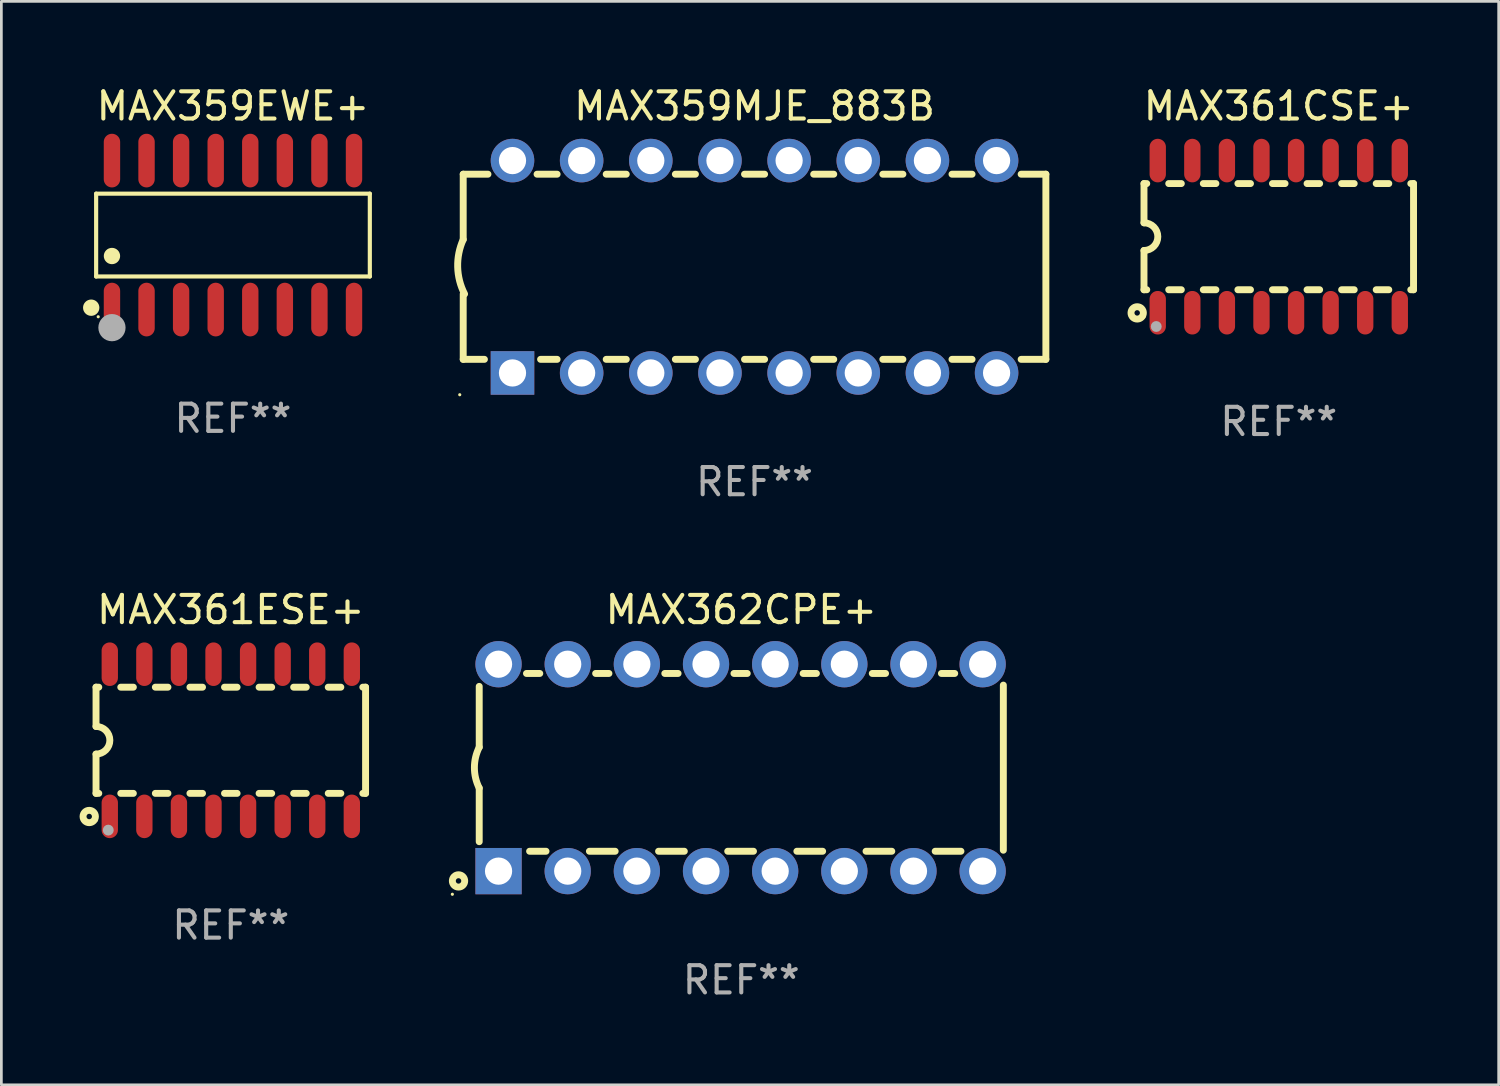
<source format=kicad_pcb>
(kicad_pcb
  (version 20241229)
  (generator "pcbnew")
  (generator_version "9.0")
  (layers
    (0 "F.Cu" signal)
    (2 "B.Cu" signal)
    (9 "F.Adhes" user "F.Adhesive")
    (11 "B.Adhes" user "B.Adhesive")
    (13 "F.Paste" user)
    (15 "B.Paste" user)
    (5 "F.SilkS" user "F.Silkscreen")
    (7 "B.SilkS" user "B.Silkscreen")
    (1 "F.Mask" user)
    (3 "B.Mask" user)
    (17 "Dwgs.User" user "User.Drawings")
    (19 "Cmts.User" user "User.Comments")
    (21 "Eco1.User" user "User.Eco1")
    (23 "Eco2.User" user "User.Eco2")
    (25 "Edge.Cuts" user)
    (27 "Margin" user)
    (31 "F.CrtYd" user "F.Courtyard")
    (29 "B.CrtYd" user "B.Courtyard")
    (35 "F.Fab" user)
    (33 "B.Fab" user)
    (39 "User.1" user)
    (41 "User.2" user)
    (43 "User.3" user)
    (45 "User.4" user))
  (footprint "MAX361ESE+"
    (layer "F.Cu")
    (at 5.427 24.139)
    (property "Reference" "MAX361ESE+" (at 0 -4.794 0) (layer "F.SilkS") (effects (font (size 1 1) (thickness 0.15))))
    (attr through_hole)
    (fp_line (start -4.95 -1.95) (end -4.95 -0.508) (stroke (width 0.254) (type solid)) (layer "F.SilkS"))
    (fp_line (start -4.95 -1.95) (end -4.849 -1.95) (stroke (width 0.254) (type solid)) (layer "F.SilkS"))
    (fp_line (start -4.95 1.95) (end -4.95 0.508) (stroke (width 0.254) (type solid)) (layer "F.SilkS"))
    (fp_line (start -4.95 1.95) (end -4.849 1.95) (stroke (width 0.254) (type solid)) (layer "F.SilkS"))
    (fp_line (start -4.041 -1.95) (end -3.579 -1.95) (stroke (width 0.254) (type solid)) (layer "F.SilkS"))
    (fp_line (start -4.041 1.95) (end -3.579 1.95) (stroke (width 0.254) (type solid)) (layer "F.SilkS"))
    (fp_line (start -2.771 -1.95) (end -2.309 -1.95) (stroke (width 0.254) (type solid)) (layer "F.SilkS"))
    (fp_line (start -2.771 1.95) (end -2.309 1.95) (stroke (width 0.254) (type solid)) (layer "F.SilkS"))
    (fp_line (start -1.501 -1.95) (end -1.039 -1.95) (stroke (width 0.254) (type solid)) (layer "F.SilkS"))
    (fp_line (start -1.501 1.95) (end -1.039 1.95) (stroke (width 0.254) (type solid)) (layer "F.SilkS"))
    (fp_line (start -0.231 -1.95) (end 0.231 -1.95) (stroke (width 0.254) (type solid)) (layer "F.SilkS"))
    (fp_line (start -0.231 1.95) (end 0.231 1.95) (stroke (width 0.254) (type solid)) (layer "F.SilkS"))
    (fp_line (start 1.039 -1.95) (end 1.501 -1.95) (stroke (width 0.254) (type solid)) (layer "F.SilkS"))
    (fp_line (start 1.039 1.95) (end 1.501 1.95) (stroke (width 0.254) (type solid)) (layer "F.SilkS"))
    (fp_line (start 2.309 -1.95) (end 2.771 -1.95) (stroke (width 0.254) (type solid)) (layer "F.SilkS"))
    (fp_line (start 2.309 1.95) (end 2.771 1.95) (stroke (width 0.254) (type solid)) (layer "F.SilkS"))
    (fp_line (start 3.579 -1.95) (end 4.041 -1.95) (stroke (width 0.254) (type solid)) (layer "F.SilkS"))
    (fp_line (start 3.579 1.95) (end 4.041 1.95) (stroke (width 0.254) (type solid)) (layer "F.SilkS"))
    (fp_line (start 4.849 -1.95) (end 4.95 -1.95) (stroke (width 0.254) (type solid)) (layer "F.SilkS"))
    (fp_line (start 4.849 1.95) (end 4.95 1.95) (stroke (width 0.254) (type solid)) (layer "F.SilkS"))
    (fp_line (start 4.95 -1.95) (end 4.95 1.95) (stroke (width 0.254) (type solid)) (layer "F.SilkS"))
    (fp_arc (start -4.95047 -0.508001) (mid -4.442469 -0.000228) (end -4.950013 0.508001) (stroke (width 0.254001) (type solid)) (layer "F.SilkS"))
    (fp_circle (center -5.2 2.8) (end -5.1 2.8) (stroke (width 0.254) (type solid)) (fill no) (layer "F.SilkS"))
    (fp_circle (center -4.95 2.947) (end -4.92 2.947) (stroke (width 0.06) (type solid)) (fill no) (layer "F.SilkS"))
    (fp_circle (center -4.5 3.3) (end -4.4 3.3) (stroke (width 0.2) (type solid)) (fill no) (layer "F.Fab"))
    (fp_text user "REF**" (at 0 6.794 0) (layer "F.Fab") (effects (font (size 1 1) (thickness 0.15))))
    (pad "1" smd oval (at -4.445 2.794) (size 0.6 1.6) (layers "F.Cu" "F.Mask" "F.Paste"))
    (pad "2" smd oval (at -3.175 2.794) (size 0.6 1.6) (layers "F.Cu" "F.Mask" "F.Paste"))
    (pad "3" smd oval (at -1.905 2.794) (size 0.6 1.6) (layers "F.Cu" "F.Mask" "F.Paste"))
    (pad "4" smd oval (at -0.635 2.794) (size 0.6 1.6) (layers "F.Cu" "F.Mask" "F.Paste"))
    (pad "5" smd oval (at 0.635 2.794) (size 0.6 1.6) (layers "F.Cu" "F.Mask" "F.Paste"))
    (pad "6" smd oval (at 1.905 2.794) (size 0.6 1.6) (layers "F.Cu" "F.Mask" "F.Paste"))
    (pad "7" smd oval (at 3.175 2.794) (size 0.6 1.6) (layers "F.Cu" "F.Mask" "F.Paste"))
    (pad "8" smd oval (at 4.445 2.794) (size 0.6 1.6) (layers "F.Cu" "F.Mask" "F.Paste"))
    (pad "9" smd oval (at 4.445 -2.794) (size 0.6 1.6) (layers "F.Cu" "F.Mask" "F.Paste"))
    (pad "10" smd oval (at 3.175 -2.794) (size 0.6 1.6) (layers "F.Cu" "F.Mask" "F.Paste"))
    (pad "11" smd oval (at 1.905 -2.794) (size 0.6 1.6) (layers "F.Cu" "F.Mask" "F.Paste"))
    (pad "12" smd oval (at 0.635 -2.794) (size 0.6 1.6) (layers "F.Cu" "F.Mask" "F.Paste"))
    (pad "13" smd oval (at -0.635 -2.794) (size 0.6 1.6) (layers "F.Cu" "F.Mask" "F.Paste"))
    (pad "14" smd oval (at -1.905 -2.794) (size 0.6 1.6) (layers "F.Cu" "F.Mask" "F.Paste"))
    (pad "15" smd oval (at -3.175 -2.794) (size 0.6 1.6) (layers "F.Cu" "F.Mask" "F.Paste"))
    (pad "16" smd oval (at -4.445 -2.794) (size 0.6 1.6) (layers "F.Cu" "F.Mask" "F.Paste")))
  (footprint "MAX362CPE+"
    (layer "F.Cu")
    (at 24.176 25.145)
    (property "Reference" "MAX362CPE+" (at 0 -5.8 0) (layer "F.SilkS") (effects (font (size 1 1) (thickness 0.15))))
    (attr through_hole)
    (fp_line (start -9.625 -0.75) (end -9.625 -2.985) (stroke (width 0.254) (type solid)) (layer "F.SilkS"))
    (fp_line (start -9.625 0.749) (end -9.625 2.719) (stroke (width 0.254) (type solid)) (layer "F.SilkS"))
    (fp_line (start -7.889 -3.46) (end -7.401 -3.46) (stroke (width 0.254) (type solid)) (layer "F.SilkS"))
    (fp_line (start -7.775 3.07) (end -7.172 3.07) (stroke (width 0.254) (type solid)) (layer "F.SilkS"))
    (fp_line (start -5.578 3.07) (end -4.632 3.07) (stroke (width 0.254) (type solid)) (layer "F.SilkS"))
    (fp_line (start -5.349 -3.46) (end -4.861 -3.46) (stroke (width 0.254) (type solid)) (layer "F.SilkS"))
    (fp_line (start -3.038 3.07) (end -2.092 3.07) (stroke (width 0.254) (type solid)) (layer "F.SilkS"))
    (fp_line (start -2.809 -3.46) (end -2.321 -3.46) (stroke (width 0.254) (type solid)) (layer "F.SilkS"))
    (fp_line (start -0.498 3.07) (end 0.448 3.07) (stroke (width 0.254) (type solid)) (layer "F.SilkS"))
    (fp_line (start -0.269 -3.46) (end 0.219 -3.46) (stroke (width 0.254) (type solid)) (layer "F.SilkS"))
    (fp_line (start 2.042 3.07) (end 2.988 3.07) (stroke (width 0.254) (type solid)) (layer "F.SilkS"))
    (fp_line (start 2.271 -3.46) (end 2.759 -3.46) (stroke (width 0.254) (type solid)) (layer "F.SilkS"))
    (fp_line (start 4.582 3.07) (end 5.528 3.07) (stroke (width 0.254) (type solid)) (layer "F.SilkS"))
    (fp_line (start 4.811 -3.46) (end 5.299 -3.46) (stroke (width 0.254) (type solid)) (layer "F.SilkS"))
    (fp_line (start 7.122 3.07) (end 8.068 3.07) (stroke (width 0.254) (type solid)) (layer "F.SilkS"))
    (fp_line (start 7.351 -3.46) (end 7.839 -3.46) (stroke (width 0.254) (type solid)) (layer "F.SilkS"))
    (fp_line (start 9.625 3.032) (end 9.625 -3.032) (stroke (width 0.254) (type solid)) (layer "F.SilkS"))
    (fp_arc (start -9.62498 0.748819) (mid -9.801899 -0.000581) (end -9.625006 -0.749987) (stroke (width 0.254001) (type solid)) (layer "F.SilkS"))
    (fp_circle (center -10.612 4.65) (end -10.582 4.65) (stroke (width 0.06) (type solid)) (fill no) (layer "F.SilkS"))
    (fp_circle (center -10.385 4.16) (end -10.285 4.16) (stroke (width 0.254) (type solid)) (fill no) (layer "F.SilkS"))
    (fp_text user "REF**" (at 0 7.8 0) (layer "F.Fab") (effects (font (size 1 1) (thickness 0.15))))
    (pad "1" thru_hole rect (at -8.915 3.8 90) (size 1.7 1.7) (drill 1) (layers "*.Cu" "*.Mask"))
    (pad "2" thru_hole circle (at -6.375 3.8) (size 1.7 1.7) (drill 1) (layers "*.Cu" "*.Mask"))
    (pad "3" thru_hole circle (at -3.835 3.8) (size 1.7 1.7) (drill 1) (layers "*.Cu" "*.Mask"))
    (pad "4" thru_hole circle (at -1.295 3.8) (size 1.7 1.7) (drill 1) (layers "*.Cu" "*.Mask"))
    (pad "5" thru_hole circle (at 1.245 3.8) (size 1.7 1.7) (drill 1) (layers "*.Cu" "*.Mask"))
    (pad "6" thru_hole circle (at 3.785 3.8) (size 1.7 1.7) (drill 1) (layers "*.Cu" "*.Mask"))
    (pad "7" thru_hole circle (at 6.325 3.8) (size 1.7 1.7) (drill 1) (layers "*.Cu" "*.Mask"))
    (pad "8" thru_hole circle (at 8.865 3.8) (size 1.7 1.7) (drill 1) (layers "*.Cu" "*.Mask"))
    (pad "9" thru_hole circle (at 8.865 -3.8) (size 1.7 1.7) (drill 1) (layers "*.Cu" "*.Mask"))
    (pad "10" thru_hole circle (at 6.325 -3.8) (size 1.7 1.7) (drill 1) (layers "*.Cu" "*.Mask"))
    (pad "11" thru_hole circle (at 3.785 -3.8) (size 1.7 1.7) (drill 1) (layers "*.Cu" "*.Mask"))
    (pad "12" thru_hole circle (at 1.245 -3.8) (size 1.7 1.7) (drill 1) (layers "*.Cu" "*.Mask"))
    (pad "13" thru_hole circle (at -1.295 -3.8) (size 1.7 1.7) (drill 1) (layers "*.Cu" "*.Mask"))
    (pad "14" thru_hole circle (at -3.835 -3.8) (size 1.7 1.7) (drill 1) (layers "*.Cu" "*.Mask"))
    (pad "15" thru_hole circle (at -6.375 -3.8) (size 1.7 1.7) (drill 1) (layers "*.Cu" "*.Mask"))
    (pad "16" thru_hole circle (at -8.915 -3.8) (size 1.7 1.7) (drill 1) (layers "*.Cu" "*.Mask")))
  (footprint "MAX361CSE+"
    (layer "F.Cu")
    (at 43.917 5.642)
    (property "Reference" "MAX361CSE+" (at 0 -4.794 0) (layer "F.SilkS") (effects (font (size 1 1) (thickness 0.15))))
    (attr through_hole)
    (fp_line (start -4.95 -1.95) (end -4.95 -0.508) (stroke (width 0.254) (type solid)) (layer "F.SilkS"))
    (fp_line (start -4.95 -1.95) (end -4.849 -1.95) (stroke (width 0.254) (type solid)) (layer "F.SilkS"))
    (fp_line (start -4.95 1.95) (end -4.95 0.508) (stroke (width 0.254) (type solid)) (layer "F.SilkS"))
    (fp_line (start -4.95 1.95) (end -4.849 1.95) (stroke (width 0.254) (type solid)) (layer "F.SilkS"))
    (fp_line (start -4.041 -1.95) (end -3.579 -1.95) (stroke (width 0.254) (type solid)) (layer "F.SilkS"))
    (fp_line (start -4.041 1.95) (end -3.579 1.95) (stroke (width 0.254) (type solid)) (layer "F.SilkS"))
    (fp_line (start -2.771 -1.95) (end -2.309 -1.95) (stroke (width 0.254) (type solid)) (layer "F.SilkS"))
    (fp_line (start -2.771 1.95) (end -2.309 1.95) (stroke (width 0.254) (type solid)) (layer "F.SilkS"))
    (fp_line (start -1.501 -1.95) (end -1.039 -1.95) (stroke (width 0.254) (type solid)) (layer "F.SilkS"))
    (fp_line (start -1.501 1.95) (end -1.039 1.95) (stroke (width 0.254) (type solid)) (layer "F.SilkS"))
    (fp_line (start -0.231 -1.95) (end 0.231 -1.95) (stroke (width 0.254) (type solid)) (layer "F.SilkS"))
    (fp_line (start -0.231 1.95) (end 0.231 1.95) (stroke (width 0.254) (type solid)) (layer "F.SilkS"))
    (fp_line (start 1.039 -1.95) (end 1.501 -1.95) (stroke (width 0.254) (type solid)) (layer "F.SilkS"))
    (fp_line (start 1.039 1.95) (end 1.501 1.95) (stroke (width 0.254) (type solid)) (layer "F.SilkS"))
    (fp_line (start 2.309 -1.95) (end 2.771 -1.95) (stroke (width 0.254) (type solid)) (layer "F.SilkS"))
    (fp_line (start 2.309 1.95) (end 2.771 1.95) (stroke (width 0.254) (type solid)) (layer "F.SilkS"))
    (fp_line (start 3.579 -1.95) (end 4.041 -1.95) (stroke (width 0.254) (type solid)) (layer "F.SilkS"))
    (fp_line (start 3.579 1.95) (end 4.041 1.95) (stroke (width 0.254) (type solid)) (layer "F.SilkS"))
    (fp_line (start 4.849 -1.95) (end 4.95 -1.95) (stroke (width 0.254) (type solid)) (layer "F.SilkS"))
    (fp_line (start 4.849 1.95) (end 4.95 1.95) (stroke (width 0.254) (type solid)) (layer "F.SilkS"))
    (fp_line (start 4.95 -1.95) (end 4.95 1.95) (stroke (width 0.254) (type solid)) (layer "F.SilkS"))
    (fp_arc (start -4.95047 -0.508001) (mid -4.442469 -0.000228) (end -4.950013 0.508001) (stroke (width 0.254001) (type solid)) (layer "F.SilkS"))
    (fp_circle (center -5.2 2.8) (end -5.1 2.8) (stroke (width 0.254) (type solid)) (fill no) (layer "F.SilkS"))
    (fp_circle (center -4.95 2.947) (end -4.92 2.947) (stroke (width 0.06) (type solid)) (fill no) (layer "F.SilkS"))
    (fp_circle (center -4.5 3.3) (end -4.4 3.3) (stroke (width 0.2) (type solid)) (fill no) (layer "F.Fab"))
    (fp_text user "REF**" (at 0 6.794 0) (layer "F.Fab") (effects (font (size 1 1) (thickness 0.15))))
    (pad "1" smd oval (at -4.445 2.794) (size 0.6 1.6) (layers "F.Cu" "F.Mask" "F.Paste"))
    (pad "2" smd oval (at -3.175 2.794) (size 0.6 1.6) (layers "F.Cu" "F.Mask" "F.Paste"))
    (pad "3" smd oval (at -1.905 2.794) (size 0.6 1.6) (layers "F.Cu" "F.Mask" "F.Paste"))
    (pad "4" smd oval (at -0.635 2.794) (size 0.6 1.6) (layers "F.Cu" "F.Mask" "F.Paste"))
    (pad "5" smd oval (at 0.635 2.794) (size 0.6 1.6) (layers "F.Cu" "F.Mask" "F.Paste"))
    (pad "6" smd oval (at 1.905 2.794) (size 0.6 1.6) (layers "F.Cu" "F.Mask" "F.Paste"))
    (pad "7" smd oval (at 3.175 2.794) (size 0.6 1.6) (layers "F.Cu" "F.Mask" "F.Paste"))
    (pad "8" smd oval (at 4.445 2.794) (size 0.6 1.6) (layers "F.Cu" "F.Mask" "F.Paste"))
    (pad "9" smd oval (at 4.445 -2.794) (size 0.6 1.6) (layers "F.Cu" "F.Mask" "F.Paste"))
    (pad "10" smd oval (at 3.175 -2.794) (size 0.6 1.6) (layers "F.Cu" "F.Mask" "F.Paste"))
    (pad "11" smd oval (at 1.905 -2.794) (size 0.6 1.6) (layers "F.Cu" "F.Mask" "F.Paste"))
    (pad "12" smd oval (at 0.635 -2.794) (size 0.6 1.6) (layers "F.Cu" "F.Mask" "F.Paste"))
    (pad "13" smd oval (at -0.635 -2.794) (size 0.6 1.6) (layers "F.Cu" "F.Mask" "F.Paste"))
    (pad "14" smd oval (at -1.905 -2.794) (size 0.6 1.6) (layers "F.Cu" "F.Mask" "F.Paste"))
    (pad "15" smd oval (at -3.175 -2.794) (size 0.6 1.6) (layers "F.Cu" "F.Mask" "F.Paste"))
    (pad "16" smd oval (at -4.445 -2.794) (size 0.6 1.6) (layers "F.Cu" "F.Mask" "F.Paste")))
  (footprint "MAX359MJE_883B"
    (layer "F.Cu")
    (at 24.663 6.748)
    (property "Reference" "MAX359MJE_883B" (at 0 -5.9 0) (layer "F.SilkS") (effects (font (size 1 1) (thickness 0.15))))
    (attr through_hole)
    (fp_line (start -10.7 -3.4) (end -9.791 -3.4) (stroke (width 0.254) (type solid)) (layer "F.SilkS"))
    (fp_line (start -10.7 -0.998) (end -10.7 -3.4) (stroke (width 0.254) (type solid)) (layer "F.SilkS"))
    (fp_line (start -10.7 3.4) (end -10.7 1) (stroke (width 0.254) (type solid)) (layer "F.SilkS"))
    (fp_line (start -10.7 3.4) (end -9.921 3.4) (stroke (width 0.254) (type solid)) (layer "F.SilkS"))
    (fp_line (start -7.988 -3.4) (end -7.251 -3.4) (stroke (width 0.254) (type solid)) (layer "F.SilkS"))
    (fp_line (start -7.859 3.4) (end -7.251 3.4) (stroke (width 0.254) (type solid)) (layer "F.SilkS"))
    (fp_line (start -5.448 -3.4) (end -4.711 -3.4) (stroke (width 0.254) (type solid)) (layer "F.SilkS"))
    (fp_line (start -5.448 3.4) (end -4.711 3.4) (stroke (width 0.254) (type solid)) (layer "F.SilkS"))
    (fp_line (start -2.908 -3.4) (end -2.171 -3.4) (stroke (width 0.254) (type solid)) (layer "F.SilkS"))
    (fp_line (start -2.908 3.4) (end -2.171 3.4) (stroke (width 0.254) (type solid)) (layer "F.SilkS"))
    (fp_line (start -0.368 -3.4) (end 0.369 -3.4) (stroke (width 0.254) (type solid)) (layer "F.SilkS"))
    (fp_line (start -0.368 3.4) (end 0.369 3.4) (stroke (width 0.254) (type solid)) (layer "F.SilkS"))
    (fp_line (start 2.172 -3.4) (end 2.909 -3.4) (stroke (width 0.254) (type solid)) (layer "F.SilkS"))
    (fp_line (start 2.172 3.4) (end 2.909 3.4) (stroke (width 0.254) (type solid)) (layer "F.SilkS"))
    (fp_line (start 4.712 -3.4) (end 5.449 -3.4) (stroke (width 0.254) (type solid)) (layer "F.SilkS"))
    (fp_line (start 4.712 3.4) (end 5.449 3.4) (stroke (width 0.254) (type solid)) (layer "F.SilkS"))
    (fp_line (start 7.252 -3.4) (end 7.989 -3.4) (stroke (width 0.254) (type solid)) (layer "F.SilkS"))
    (fp_line (start 7.252 3.4) (end 7.989 3.4) (stroke (width 0.254) (type solid)) (layer "F.SilkS"))
    (fp_line (start 9.792 -3.4) (end 10.7 -3.4) (stroke (width 0.254) (type solid)) (layer "F.SilkS"))
    (fp_line (start 9.792 3.4) (end 10.7 3.4) (stroke (width 0.254) (type solid)) (layer "F.SilkS"))
    (fp_line (start 10.7 3.4) (end 10.7 -3.4) (stroke (width 0.254) (type solid)) (layer "F.SilkS"))
    (fp_arc (start -10.649962 0.99995) (mid -10.90314 0.005668) (end -10.699975 -1.000025) (stroke (width 0.254001) (type solid)) (layer "F.SilkS"))
    (fp_circle (center -10.827 4.7) (end -10.797 4.7) (stroke (width 0.06) (type solid)) (fill no) (layer "F.SilkS"))
    (fp_text user "REF**" (at 0 7.9 0) (layer "F.Fab") (effects (font (size 1 1) (thickness 0.15))))
    (pad "1" thru_hole rect (at -8.89 3.9 90) (size 1.6 1.6) (drill 1) (layers "*.Cu" "*.Mask"))
    (pad "2" thru_hole circle (at -6.35 3.9) (size 1.6 1.6) (drill 1) (layers "*.Cu" "*.Mask"))
    (pad "3" thru_hole circle (at -3.81 3.9) (size 1.6 1.6) (drill 1) (layers "*.Cu" "*.Mask"))
    (pad "4" thru_hole circle (at -1.27 3.9) (size 1.6 1.6) (drill 1) (layers "*.Cu" "*.Mask"))
    (pad "5" thru_hole circle (at 1.27 3.9) (size 1.6 1.6) (drill 1) (layers "*.Cu" "*.Mask"))
    (pad "6" thru_hole circle (at 3.81 3.9) (size 1.6 1.6) (drill 1) (layers "*.Cu" "*.Mask"))
    (pad "7" thru_hole circle (at 6.35 3.9) (size 1.6 1.6) (drill 1) (layers "*.Cu" "*.Mask"))
    (pad "8" thru_hole circle (at 8.89 3.9) (size 1.6 1.6) (drill 1) (layers "*.Cu" "*.Mask"))
    (pad "9" thru_hole circle (at 8.89 -3.9) (size 1.6 1.6) (drill 1) (layers "*.Cu" "*.Mask"))
    (pad "10" thru_hole circle (at 6.35 -3.9) (size 1.6 1.6) (drill 1) (layers "*.Cu" "*.Mask"))
    (pad "11" thru_hole circle (at 3.81 -3.9) (size 1.6 1.6) (drill 1) (layers "*.Cu" "*.Mask"))
    (pad "12" thru_hole circle (at 1.27 -3.9) (size 1.6 1.6) (drill 1) (layers "*.Cu" "*.Mask"))
    (pad "13" thru_hole circle (at -1.27 -3.9) (size 1.6 1.6) (drill 1) (layers "*.Cu" "*.Mask"))
    (pad "14" thru_hole circle (at -3.81 -3.9) (size 1.6 1.6) (drill 1) (layers "*.Cu" "*.Mask"))
    (pad "15" thru_hole circle (at -6.35 -3.9) (size 1.6 1.6) (drill 1) (layers "*.Cu" "*.Mask"))
    (pad "16" thru_hole circle (at -8.89 -3.9) (size 1.6 1.6) (drill 1) (layers "*.Cu" "*.Mask")))
  (footprint "MAX359EWE+"
    (layer "F.Cu")
    (at 5.507 5.584)
    (property "Reference" "MAX359EWE+" (at 0 -4.736 0) (layer "F.SilkS") (effects (font (size 1 1) (thickness 0.15))))
    (attr through_hole)
    (fp_line (start -5.026 -1.521) (end 5.026 -1.521) (stroke (width 0.152) (type solid)) (layer "F.SilkS"))
    (fp_line (start -5.026 1.521) (end -5.026 -1.521) (stroke (width 0.152) (type solid)) (layer "F.SilkS"))
    (fp_line (start 5.026 -1.521) (end 5.026 1.521) (stroke (width 0.152) (type solid)) (layer "F.SilkS"))
    (fp_line (start 5.026 1.521) (end -5.026 1.521) (stroke (width 0.152) (type solid)) (layer "F.SilkS"))
    (fp_circle (center -5.207 2.667) (end -5.057 2.667) (stroke (width 0.3) (type solid)) (fill no) (layer "F.SilkS"))
    (fp_circle (center -4.95 3) (end -4.92 3) (stroke (width 0.06) (type solid)) (fill no) (layer "F.SilkS"))
    (fp_circle (center -4.445 0.769) (end -4.295 0.769) (stroke (width 0.3) (type solid)) (fill no) (layer "F.SilkS"))
    (fp_circle (center -4.445 3.4) (end -4.195 3.4) (stroke (width 0.5) (type solid)) (fill no) (layer "F.Fab"))
    (fp_text user "REF**" (at 0 6.736 0) (layer "F.Fab") (effects (font (size 1 1) (thickness 0.15))))
    (pad "1" smd oval (at -4.445 2.736) (size 0.602 1.971) (layers "F.Cu" "F.Mask" "F.Paste"))
    (pad "2" smd oval (at -3.175 2.736) (size 0.602 1.971) (layers "F.Cu" "F.Mask" "F.Paste"))
    (pad "3" smd oval (at -1.905 2.736) (size 0.602 1.971) (layers "F.Cu" "F.Mask" "F.Paste"))
    (pad "4" smd oval (at -0.635 2.736) (size 0.602 1.971) (layers "F.Cu" "F.Mask" "F.Paste"))
    (pad "5" smd oval (at 0.635 2.736) (size 0.602 1.971) (layers "F.Cu" "F.Mask" "F.Paste"))
    (pad "6" smd oval (at 1.905 2.736) (size 0.602 1.971) (layers "F.Cu" "F.Mask" "F.Paste"))
    (pad "7" smd oval (at 3.175 2.736) (size 0.602 1.971) (layers "F.Cu" "F.Mask" "F.Paste"))
    (pad "8" smd oval (at 4.445 2.736) (size 0.602 1.971) (layers "F.Cu" "F.Mask" "F.Paste"))
    (pad "9" smd oval (at 4.445 -2.736) (size 0.602 1.971) (layers "F.Cu" "F.Mask" "F.Paste"))
    (pad "10" smd oval (at 3.175 -2.736) (size 0.602 1.971) (layers "F.Cu" "F.Mask" "F.Paste"))
    (pad "11" smd oval (at 1.905 -2.736) (size 0.602 1.971) (layers "F.Cu" "F.Mask" "F.Paste"))
    (pad "12" smd oval (at 0.635 -2.736) (size 0.602 1.971) (layers "F.Cu" "F.Mask" "F.Paste"))
    (pad "13" smd oval (at -0.635 -2.736) (size 0.602 1.971) (layers "F.Cu" "F.Mask" "F.Paste"))
    (pad "14" smd oval (at -1.905 -2.736) (size 0.602 1.971) (layers "F.Cu" "F.Mask" "F.Paste"))
    (pad "15" smd oval (at -3.175 -2.736) (size 0.602 1.971) (layers "F.Cu" "F.Mask" "F.Paste"))
    (pad "16" smd oval (at -4.445 -2.736) (size 0.602 1.971) (layers "F.Cu" "F.Mask" "F.Paste")))
  (gr_rect
    (start -3 -3)
    (end 51.994 36.793)
    (stroke (width 0.1) (type default))
    (fill no)
    (layer "Edge.Cuts")))
</source>
